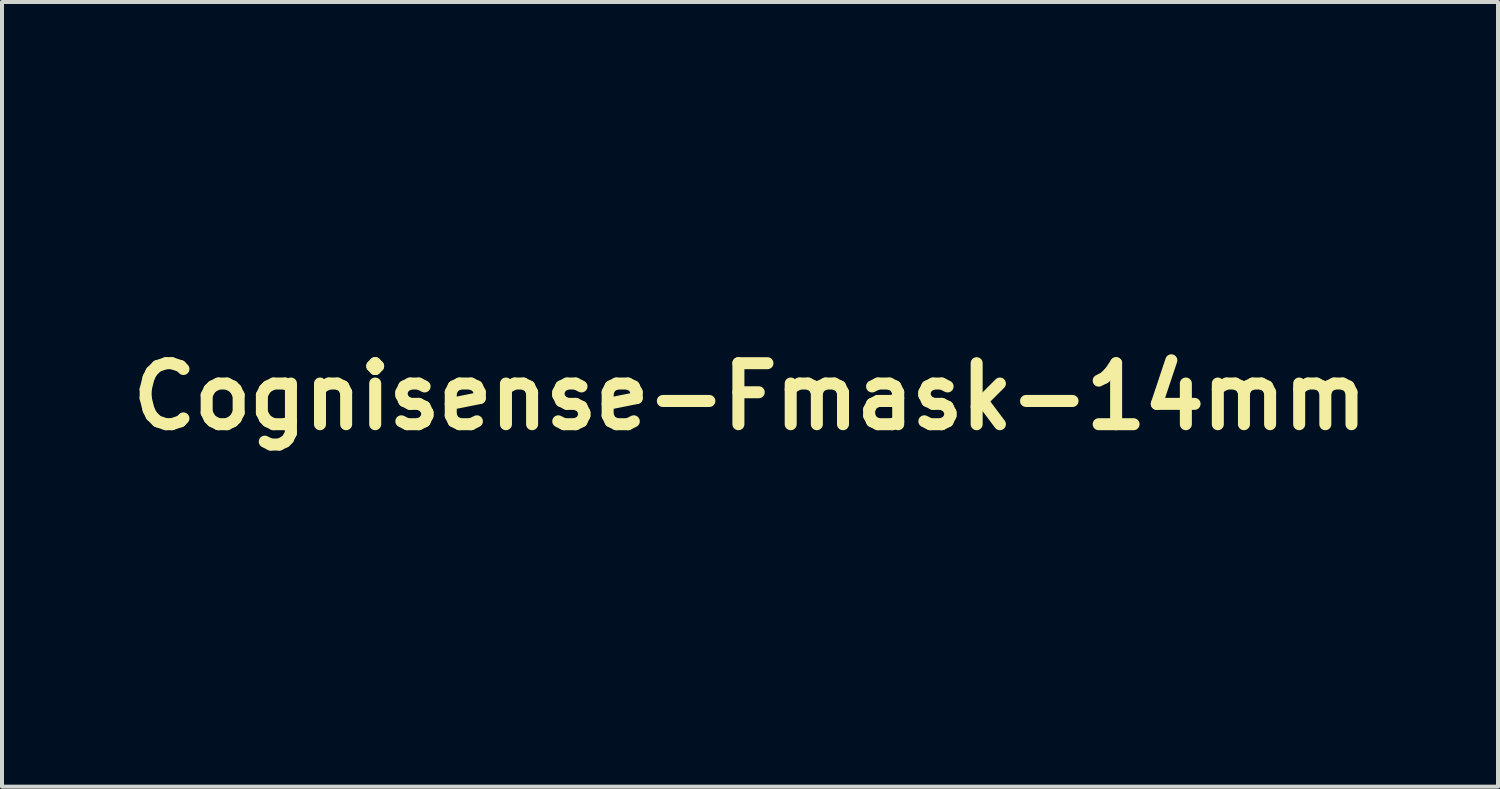
<source format=kicad_pcb>
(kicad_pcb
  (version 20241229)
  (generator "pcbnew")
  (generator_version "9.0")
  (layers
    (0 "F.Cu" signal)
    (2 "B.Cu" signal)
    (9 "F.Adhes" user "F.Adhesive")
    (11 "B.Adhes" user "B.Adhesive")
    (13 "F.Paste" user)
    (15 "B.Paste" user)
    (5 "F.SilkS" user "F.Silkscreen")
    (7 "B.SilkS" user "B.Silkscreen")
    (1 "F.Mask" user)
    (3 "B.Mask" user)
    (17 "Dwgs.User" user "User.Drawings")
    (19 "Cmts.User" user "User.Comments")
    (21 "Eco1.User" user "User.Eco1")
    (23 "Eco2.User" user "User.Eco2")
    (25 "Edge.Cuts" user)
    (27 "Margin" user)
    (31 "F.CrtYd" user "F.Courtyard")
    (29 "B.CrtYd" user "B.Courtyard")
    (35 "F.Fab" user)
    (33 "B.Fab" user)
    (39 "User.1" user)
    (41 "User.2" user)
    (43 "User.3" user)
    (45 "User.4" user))
  (footprint "Cognisense-Fmask-14mm"
    (layer "F.Cu")
    (at 15.683 6.856)
    (property "Reference" "Cognisense-Fmask-14mm" (at 0 0 0) (layer "F.SilkS") (effects (font (size 1.524 1.524) (thickness 0.3))))
    (attr through_hole)
    (fp_poly (pts (xy 4.249 0.185) (xy 4.229 0.356) (xy 4.217 0.503) (xy 4.216 0.54) (xy 4.21 0.602) (xy 4.181 0.638) (xy 4.112 0.651) (xy 3.987 0.642) (xy 3.792 0.61) (xy 3.589 0.572) (xy 3.19 0.496) (xy 3.221 0.343) (xy 3.243 0.188) (xy 3.251 0.07) (xy 3.255 0.015) (xy 3.279 -0.02) (xy 3.34 -0.039) (xy 3.459 -0.048) (xy 3.652 -0.051) (xy 3.766 -0.051) (xy 4.281 -0.051) (xy 4.249 0.185)) (stroke (width 0.01) (type solid)) (fill yes) (layer "F.Mask"))
    (fp_poly (pts (xy 3.174 0.982) (xy 3.306 1.025) (xy 3.475 1.085) (xy 3.656 1.152) (xy 3.822 1.217) (xy 3.949 1.271) (xy 4.011 1.303) (xy 4.013 1.307) (xy 3.991 1.386) (xy 3.936 1.515) (xy 3.863 1.662) (xy 3.787 1.8) (xy 3.723 1.898) (xy 3.689 1.93) (xy 3.622 1.905) (xy 3.492 1.839) (xy 3.323 1.745) (xy 3.251 1.703) (xy 3.081 1.597) (xy 2.951 1.507) (xy 2.881 1.449) (xy 2.874 1.436) (xy 2.88 1.416) (xy 2.946 1.416) (xy 2.988 1.462) (xy 3.098 1.54) (xy 3.256 1.637) (xy 3.315 1.67) (xy 3.683 1.874) (xy 3.818 1.61) (xy 3.887 1.467) (xy 3.93 1.364) (xy 3.937 1.33) (xy 3.885 1.305) (xy 3.767 1.258) (xy 3.609 1.198) (xy 3.439 1.135) (xy 3.283 1.08) (xy 3.168 1.041) (xy 3.121 1.03) (xy 3.078 1.103) (xy 3.022 1.219) (xy 2.972 1.336) (xy 2.947 1.411) (xy 2.946 1.416) (xy 2.88 1.416) (xy 2.899 1.348) (xy 2.952 1.223) (xy 3.015 1.095) (xy 3.072 0.998) (xy 3.104 0.965) (xy 3.174 0.982)) (stroke (width 0.01) (type solid)) (fill yes) (layer "F.Mask"))
    (fp_poly (pts (xy 4.011 -1.378) (xy 4.052 -1.267) (xy 4.1 -1.118) (xy 4.147 -0.961) (xy 4.181 -0.827) (xy 4.181 -0.826) (xy 4.195 -0.737) (xy 4.191 -0.711) (xy 4.137 -0.702) (xy 4.008 -0.679) (xy 3.829 -0.645) (xy 3.776 -0.635) (xy 3.534 -0.59) (xy 3.372 -0.568) (xy 3.272 -0.575) (xy 3.214 -0.617) (xy 3.178 -0.699) (xy 3.149 -0.816) (xy 3.118 -0.964) (xy 3.11 -1.023) (xy 3.15 -1.023) (xy 3.168 -0.91) (xy 3.211 -0.78) (xy 3.263 -0.669) (xy 3.31 -0.613) (xy 3.317 -0.611) (xy 3.395 -0.622) (xy 3.541 -0.646) (xy 3.722 -0.68) (xy 3.898 -0.717) (xy 4.032 -0.752) (xy 4.095 -0.777) (xy 4.096 -0.777) (xy 4.108 -0.846) (xy 4.089 -0.969) (xy 4.049 -1.112) (xy 4 -1.238) (xy 3.952 -1.313) (xy 3.935 -1.321) (xy 3.852 -1.304) (xy 3.715 -1.261) (xy 3.549 -1.203) (xy 3.384 -1.139) (xy 3.246 -1.08) (xy 3.162 -1.036) (xy 3.15 -1.023) (xy 3.11 -1.023) (xy 3.104 -1.066) (xy 3.107 -1.092) (xy 3.159 -1.116) (xy 3.28 -1.164) (xy 3.443 -1.227) (xy 3.621 -1.294) (xy 3.789 -1.356) (xy 3.919 -1.402) (xy 3.985 -1.422) (xy 3.987 -1.422) (xy 4.011 -1.378)) (stroke (width 0.01) (type solid)) (fill yes) (layer "F.Mask"))
    (fp_poly (pts (xy 0.948 -6.831) (xy 1.372 -6.779) (xy 1.82 -6.69) (xy 2.108 -6.62) (xy 2.319 -6.558) (xy 2.565 -6.473) (xy 2.826 -6.373) (xy 3.083 -6.268) (xy 3.316 -6.164) (xy 3.506 -6.071) (xy 3.633 -5.996) (xy 3.674 -5.959) (xy 3.66 -5.903) (xy 3.609 -5.783) (xy 3.531 -5.623) (xy 3.44 -5.449) (xy 3.348 -5.283) (xy 3.268 -5.151) (xy 3.224 -5.089) (xy 3.176 -5.103) (xy 3.06 -5.153) (xy 2.9 -5.229) (xy 2.863 -5.248) (xy 2.63 -5.364) (xy 2.471 -5.434) (xy 2.366 -5.453) (xy 2.295 -5.417) (xy 2.24 -5.322) (xy 2.181 -5.164) (xy 2.157 -5.094) (xy 2.088 -4.907) (xy 2.03 -4.759) (xy 1.992 -4.673) (xy 1.986 -4.664) (xy 1.926 -4.659) (xy 1.795 -4.68) (xy 1.622 -4.722) (xy 1.6 -4.728) (xy 1.419 -4.774) (xy 1.273 -4.802) (xy 1.193 -4.807) (xy 1.19 -4.806) (xy 1.159 -4.75) (xy 1.121 -4.617) (xy 1.084 -4.432) (xy 1.07 -4.346) (xy 1.005 -3.907) (xy 0.655 -3.941) (xy 0.305 -3.976) (xy 0.305 -2.997) (xy 0.087 -2.997) (xy -0.339 -2.95) (xy -0.77 -2.814) (xy -1.19 -2.601) (xy -1.583 -2.323) (xy -1.931 -1.99) (xy -2.219 -1.614) (xy -2.355 -1.372) (xy -2.561 -0.852) (xy -2.666 -0.337) (xy -2.67 0.178) (xy -2.574 0.696) (xy -2.377 1.222) (xy -2.339 1.3) (xy -2.081 1.717) (xy -1.744 2.092) (xy -1.348 2.41) (xy -0.911 2.656) (xy -0.451 2.817) (xy -0.431 2.821) (xy -0.035 2.882) (xy 0.392 2.895) (xy 0.803 2.859) (xy 0.991 2.823) (xy 1.156 2.79) (xy 1.279 2.777) (xy 1.329 2.785) (xy 1.36 2.846) (xy 1.414 2.978) (xy 1.48 3.156) (xy 1.501 3.214) (xy 1.572 3.409) (xy 1.625 3.524) (xy 1.671 3.576) (xy 1.722 3.583) (xy 1.747 3.577) (xy 1.903 3.514) (xy 2.105 3.412) (xy 2.317 3.291) (xy 2.503 3.171) (xy 2.594 3.103) (xy 2.763 2.962) (xy 2.474 2.621) (xy 2.344 2.465) (xy 2.245 2.336) (xy 2.19 2.257) (xy 2.184 2.243) (xy 2.218 2.189) (xy 2.304 2.091) (xy 2.378 2.016) (xy 2.571 1.827) (xy 3.302 2.442) (xy 4.032 3.056) (xy 4.125 2.938) (xy 4.209 2.823) (xy 4.313 2.67) (xy 4.357 2.604) (xy 4.442 2.48) (xy 4.507 2.402) (xy 4.527 2.388) (xy 4.582 2.411) (xy 4.704 2.474) (xy 4.872 2.566) (xy 4.971 2.621) (xy 5.162 2.731) (xy 5.28 2.806) (xy 5.336 2.86) (xy 5.346 2.91) (xy 5.323 2.969) (xy 5.313 2.989) (xy 5.249 3.096) (xy 5.144 3.252) (xy 5.021 3.425) (xy 5.007 3.444) (xy 4.772 3.764) (xy 4.405 3.459) (xy 4.039 3.154) (xy 3.772 3.417) (xy 3.643 3.548) (xy 3.548 3.651) (xy 3.506 3.706) (xy 3.505 3.709) (xy 3.536 3.755) (xy 3.622 3.867) (xy 3.753 4.03) (xy 3.918 4.232) (xy 4.091 4.441) (xy 4.31 4.702) (xy 4.467 4.897) (xy 4.564 5.043) (xy 4.601 5.155) (xy 4.576 5.248) (xy 4.491 5.34) (xy 4.345 5.446) (xy 4.138 5.581) (xy 4.09 5.613) (xy 3.504 5.966) (xy 2.912 6.25) (xy 2.281 6.479) (xy 1.808 6.612) (xy 1.626 6.653) (xy 1.433 6.683) (xy 1.208 6.705) (xy 0.931 6.72) (xy 0.58 6.73) (xy 0.432 6.732) (xy 0.121 6.736) (xy -0.163 6.737) (xy -0.4 6.736) (xy -0.572 6.732) (xy -0.66 6.725) (xy -1.227 6.61) (xy -1.724 6.477) (xy -2.182 6.317) (xy -2.633 6.119) (xy -2.85 6.011) (xy -3.564 5.586) (xy -4.212 5.087) (xy -4.411 4.892) (xy 0.305 4.892) (xy 0.305 5.755) (xy 0.775 5.726) (xy 1.05 5.697) (xy 1.366 5.648) (xy 1.663 5.588) (xy 1.735 5.57) (xy 2.018 5.486) (xy 2.334 5.375) (xy 2.624 5.258) (xy 2.688 5.229) (xy 3.087 5.043) (xy 3.261 5.043) (xy 3.416 5.303) (xy 3.513 5.466) (xy 3.6 5.609) (xy 3.64 5.676) (xy 3.71 5.79) (xy 3.951 5.641) (xy 4.136 5.517) (xy 4.324 5.376) (xy 4.393 5.319) (xy 4.593 5.146) (xy 4.341 4.837) (xy 4.218 4.69) (xy 4.117 4.58) (xy 4.057 4.527) (xy 4.051 4.524) (xy 3.994 4.55) (xy 3.876 4.622) (xy 3.717 4.727) (xy 3.636 4.782) (xy 3.261 5.043) (xy 3.087 5.043) (xy 3.15 5.014) (xy 2.965 4.679) (xy 2.872 4.512) (xy 2.794 4.38) (xy 2.749 4.308) (xy 2.746 4.304) (xy 2.687 4.306) (xy 2.561 4.345) (xy 2.391 4.414) (xy 2.332 4.44) (xy 1.767 4.656) (xy 1.166 4.802) (xy 0.725 4.86) (xy 0.305 4.892) (xy -4.411 4.892) (xy -4.681 4.626) (xy -0.488 4.626) (xy -0.486 4.707) (xy -0.486 4.709) (xy -0.418 4.756) (xy -0.266 4.788) (xy -0.049 4.806) (xy 0.217 4.809) (xy 0.514 4.796) (xy 0.826 4.767) (xy 0.965 4.748) (xy 1.654 4.599) (xy 2.303 4.359) (xy 2.906 4.03) (xy 3.456 3.618) (xy 3.732 3.356) (xy 3.985 3.098) (xy 3.784 2.933) (xy 3.637 2.812) (xy 3.5 2.697) (xy 3.457 2.66) (xy 3.33 2.551) (xy 3.039 2.819) (xy 2.623 3.153) (xy 2.147 3.449) (xy 1.654 3.68) (xy 1.534 3.725) (xy 1.34 3.789) (xy 1.168 3.834) (xy 0.99 3.865) (xy 0.777 3.886) (xy 0.503 3.902) (xy 0.356 3.908) (xy -0.38 3.937) (xy -0.444 4.293) (xy -0.473 4.477) (xy -0.488 4.626) (xy -4.681 4.626) (xy -4.791 4.518) (xy -5.295 3.883) (xy -5.722 3.189) (xy -5.857 2.897) (xy -4.729 2.897) (xy -4.467 3.277) (xy -4.353 3.446) (xy -4.273 3.553) (xy -4.205 3.598) (xy -4.128 3.584) (xy -4.019 3.51) (xy -3.857 3.377) (xy -3.77 3.306) (xy -3.651 3.202) (xy -3.573 3.119) (xy -3.556 3.087) (xy -3.585 3.025) (xy -3.659 2.911) (xy -3.731 2.813) (xy -3.831 2.677) (xy -3.903 2.568) (xy -3.927 2.524) (xy -3.983 2.508) (xy -4.115 2.552) (xy -4.319 2.654) (xy -4.562 2.795) (xy -4.729 2.897) (xy -5.857 2.897) (xy -6.068 2.439) (xy -6.33 1.64) (xy -6.434 1.187) (xy -6.489 0.807) (xy -6.519 0.36) (xy -6.525 -0.102) (xy -6.473 -0.102) (xy -6.469 0.326) (xy -6.452 0.656) (xy -6.422 0.887) (xy -6.378 1.024) (xy -6.322 1.067) (xy -6.238 1.059) (xy -6.087 1.037) (xy -5.906 1.008) (xy -5.563 0.949) (xy -5.561 0.576) (xy -4.521 0.576) (xy -4.493 0.85) (xy -4.415 1.182) (xy -4.295 1.547) (xy -4.144 1.92) (xy -3.969 2.277) (xy -3.795 2.57) (xy -3.661 2.761) (xy -3.503 2.964) (xy -3.337 3.164) (xy -3.177 3.344) (xy -3.036 3.487) (xy -2.93 3.579) (xy -2.878 3.604) (xy -2.82 3.566) (xy -2.72 3.466) (xy -2.597 3.327) (xy -2.572 3.297) (xy -2.326 2.993) (xy -2.575 2.729) (xy -2.883 2.365) (xy -3.142 1.975) (xy -3.294 1.693) (xy -3.397 1.462) (xy -3.494 1.197) (xy -3.576 0.928) (xy -3.633 0.686) (xy -3.657 0.503) (xy -3.658 0.489) (xy -3.658 0.341) (xy -3.97 0.374) (xy -4.158 0.391) (xy -4.321 0.403) (xy -4.402 0.406) (xy -4.484 0.422) (xy -4.517 0.489) (xy -4.521 0.576) (xy -5.561 0.576) (xy -5.56 -0.046) (xy -5.558 -0.263) (xy -3.605 -0.263) (xy -3.598 -0.004) (xy -3.595 0.064) (xy -3.58 0.377) (xy -3.559 0.618) (xy -3.525 0.819) (xy -3.476 1.01) (xy -3.433 1.143) (xy -3.18 1.74) (xy -2.847 2.275) (xy -2.436 2.746) (xy -2.199 2.959) (xy -1.952 3.141) (xy -1.666 3.319) (xy -1.364 3.48) (xy -1.069 3.613) (xy -0.803 3.708) (xy -0.589 3.753) (xy -0.555 3.755) (xy -0.49 3.751) (xy -0.446 3.721) (xy -0.414 3.644) (xy -0.384 3.501) (xy -0.358 3.351) (xy -0.33 3.161) (xy -0.313 3.014) (xy -0.311 2.973) (xy 0.874 2.973) (xy 0.886 3.104) (xy 0.91 3.285) (xy 0.92 3.348) (xy 0.959 3.568) (xy 1.004 3.701) (xy 1.075 3.759) (xy 1.186 3.757) (xy 1.357 3.707) (xy 1.377 3.701) (xy 1.495 3.659) (xy 1.562 3.632) (xy 1.566 3.63) (xy 1.557 3.579) (xy 1.521 3.457) (xy 1.464 3.286) (xy 1.443 3.226) (xy 1.304 2.835) (xy 1.098 2.867) (xy 0.966 2.892) (xy 0.884 2.913) (xy 0.875 2.918) (xy 0.874 2.973) (xy -0.311 2.973) (xy -0.309 2.936) (xy -0.311 2.93) (xy -0.365 2.909) (xy -0.491 2.867) (xy -0.662 2.813) (xy -0.686 2.805) (xy -1.154 2.607) (xy -1.578 2.326) (xy -1.948 1.975) (xy -2.257 1.565) (xy -2.497 1.108) (xy -2.658 0.618) (xy -2.733 0.105) (xy -2.734 -0.177) (xy -2.718 -0.533) (xy -3.092 -0.6) (xy -3.285 -0.629) (xy -3.444 -0.642) (xy -3.538 -0.639) (xy -3.543 -0.637) (xy -3.574 -0.611) (xy -3.594 -0.551) (xy -3.604 -0.44) (xy -3.605 -0.263) (xy -5.558 -0.263) (xy -5.558 -0.4) (xy -5.556 -0.483) (xy -4.547 -0.483) (xy -4.293 -0.451) (xy -4.101 -0.434) (xy -3.918 -0.426) (xy -3.861 -0.426) (xy -3.753 -0.436) (xy -3.696 -0.474) (xy -3.666 -0.569) (xy -3.65 -0.669) (xy -3.518 -1.245) (xy -3.296 -1.793) (xy -2.992 -2.302) (xy -2.754 -2.594) (xy -2.642 -2.594) (xy -2.605 -2.546) (xy -2.509 -2.451) (xy -2.372 -2.328) (xy -2.331 -2.294) (xy -2.021 -2.031) (xy -1.754 -2.276) (xy -1.564 -2.429) (xy -1.335 -2.588) (xy -1.137 -2.704) (xy -0.929 -2.805) (xy -0.717 -2.892) (xy -0.548 -2.948) (xy -0.546 -2.949) (xy -0.426 -2.981) (xy -0.352 -3.019) (xy -0.318 -3.083) (xy -0.318 -3.194) (xy -0.344 -3.373) (xy -0.366 -3.504) (xy -0.401 -3.69) (xy -0.443 -3.803) (xy -0.512 -3.852) (xy -0.627 -3.847) (xy -0.809 -3.795) (xy -0.929 -3.755) (xy -1.492 -3.516) (xy -2 -3.199) (xy -2.287 -2.96) (xy -2.44 -2.815) (xy -2.56 -2.694) (xy -2.63 -2.614) (xy -2.642 -2.594) (xy -2.754 -2.594) (xy -2.616 -2.764) (xy -2.176 -3.167) (xy -1.683 -3.503) (xy -1.144 -3.762) (xy -0.57 -3.935) (xy -0.559 -3.937) (xy -0.34 -3.976) (xy -0.124 -4.004) (xy 0.029 -4.013) (xy 0.254 -4.013) (xy 0.254 -4.932) (xy 0.089 -4.907) (xy -0.055 -4.887) (xy -0.248 -4.863) (xy -0.38 -4.848) (xy -0.958 -4.74) (xy -1.541 -4.543) (xy -2.107 -4.268) (xy -2.634 -3.925) (xy -3.002 -3.62) (xy -3.376 -3.224) (xy -3.716 -2.767) (xy -4.012 -2.271) (xy -4.252 -1.756) (xy -4.426 -1.244) (xy -4.522 -0.754) (xy -4.529 -0.684) (xy -4.547 -0.483) (xy -5.556 -0.483) (xy -5.552 -0.673) (xy -5.542 -0.886) (xy -5.525 -1.06) (xy -5.5 -1.216) (xy -5.463 -1.376) (xy -5.424 -1.523) (xy -5.369 -1.729) (xy -5.328 -1.895) (xy -5.308 -1.998) (xy -5.307 -2.022) (xy -5.359 -2.046) (xy -5.483 -2.096) (xy -5.654 -2.162) (xy -5.709 -2.182) (xy -6.095 -2.326) (xy -6.196 -2.001) (xy -6.351 -1.394) (xy -6.442 -0.773) (xy -6.473 -0.104) (xy -6.473 -0.102) (xy -6.525 -0.102) (xy -6.526 -0.12) (xy -6.508 -0.601) (xy -6.466 -1.05) (xy -6.408 -1.409) (xy -6.185 -2.224) (xy -5.873 -2.991) (xy -5.472 -3.709) (xy -5.364 -3.856) (xy -4.064 -3.856) (xy -4.028 -3.808) (xy -3.931 -3.715) (xy -3.793 -3.593) (xy -3.754 -3.559) (xy -3.443 -3.3) (xy -3.08 -3.644) (xy -2.885 -3.82) (xy -2.677 -3.994) (xy -2.493 -4.135) (xy -2.438 -4.173) (xy -2.241 -4.294) (xy -2.006 -4.427) (xy -1.814 -4.528) (xy -1.65 -4.609) (xy -1.548 -4.675) (xy -1.503 -4.749) (xy -1.508 -4.853) (xy -1.556 -5.009) (xy -1.631 -5.211) (xy -1.695 -5.367) (xy -1.746 -5.446) (xy -1.8 -5.466) (xy -1.846 -5.456) (xy -1.998 -5.396) (xy -2.207 -5.297) (xy -2.446 -5.172) (xy -2.688 -5.036) (xy -2.904 -4.906) (xy -2.972 -4.861) (xy -3.109 -4.76) (xy -3.278 -4.622) (xy -3.463 -4.461) (xy -3.649 -4.294) (xy -3.818 -4.134) (xy -3.954 -3.997) (xy -4.041 -3.898) (xy -4.064 -3.856) (xy -5.364 -3.856) (xy -4.984 -4.376) (xy -4.548 -4.855) (xy -3.919 -5.418) (xy -3.246 -5.89) (xy -2.529 -6.27) (xy -1.768 -6.559) (xy -1.434 -6.653) (xy -1.427 -6.655) (xy -0.826 -6.655) (xy -0.82 -6.522) (xy -0.796 -6.353) (xy -0.76 -6.176) (xy -0.717 -6.017) (xy -0.673 -5.904) (xy -0.634 -5.861) (xy -0.631 -5.862) (xy -0.553 -5.876) (xy -0.4 -5.894) (xy -0.197 -5.912) (xy -0.066 -5.921) (xy 0.456 -5.928) (xy 1.001 -5.884) (xy 1.527 -5.794) (xy 1.822 -5.717) (xy 2.007 -5.662) (xy 2.151 -5.619) (xy 2.229 -5.596) (xy 2.235 -5.594) (xy 2.262 -5.636) (xy 2.313 -5.752) (xy 2.378 -5.921) (xy 2.405 -5.998) (xy 2.469 -6.185) (xy 2.514 -6.331) (xy 2.533 -6.414) (xy 2.532 -6.424) (xy 2.458 -6.459) (xy 2.307 -6.508) (xy 2.1 -6.564) (xy 1.861 -6.623) (xy 1.612 -6.678) (xy 1.374 -6.724) (xy 1.325 -6.733) (xy 1.044 -6.773) (xy 0.761 -6.796) (xy 0.445 -6.804) (xy 0.064 -6.798) (xy 0.017 -6.797) (xy -0.256 -6.786) (xy -0.494 -6.771) (xy -0.677 -6.754) (xy -0.787 -6.736) (xy -0.81 -6.727) (xy -0.826 -6.655) (xy -1.427 -6.655) (xy -1.196 -6.713) (xy -1.006 -6.756) (xy -0.839 -6.787) (xy -0.668 -6.807) (xy -0.467 -6.822) (xy -0.207 -6.835) (xy 0.007 -6.843) (xy 0.506 -6.851) (xy 0.948 -6.831)) (stroke (width 0.01) (type solid)) (fill yes) (layer "F.Mask")))
  (gr_rect
    (start -3 -3)
    (end 34.365 16.599)
    (stroke (width 0.1) (type default))
    (fill no)
    (layer "Edge.Cuts")))
</source>
